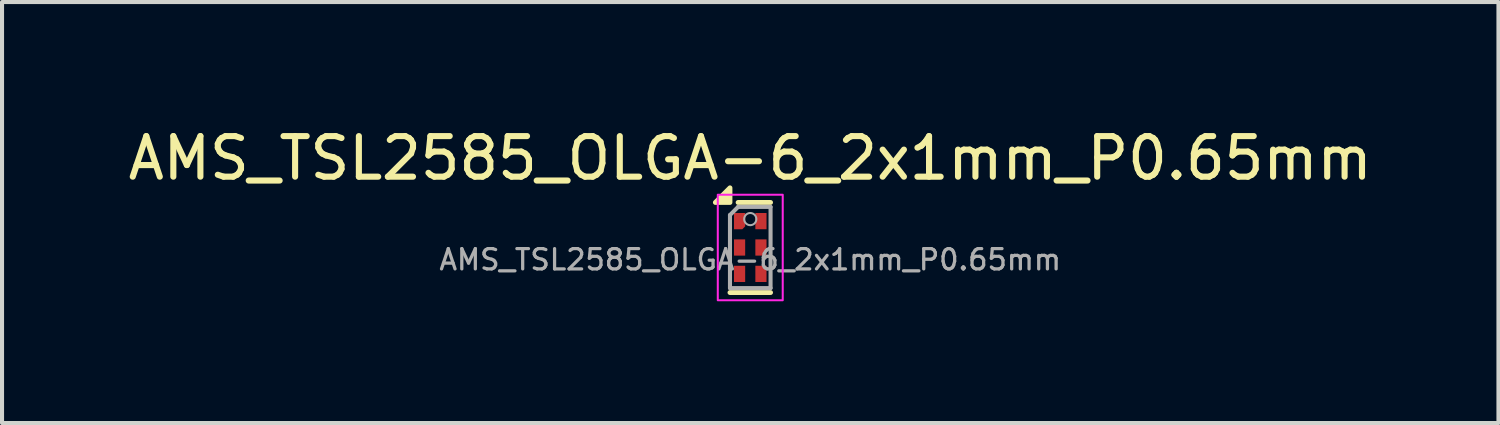
<source format=kicad_pcb>
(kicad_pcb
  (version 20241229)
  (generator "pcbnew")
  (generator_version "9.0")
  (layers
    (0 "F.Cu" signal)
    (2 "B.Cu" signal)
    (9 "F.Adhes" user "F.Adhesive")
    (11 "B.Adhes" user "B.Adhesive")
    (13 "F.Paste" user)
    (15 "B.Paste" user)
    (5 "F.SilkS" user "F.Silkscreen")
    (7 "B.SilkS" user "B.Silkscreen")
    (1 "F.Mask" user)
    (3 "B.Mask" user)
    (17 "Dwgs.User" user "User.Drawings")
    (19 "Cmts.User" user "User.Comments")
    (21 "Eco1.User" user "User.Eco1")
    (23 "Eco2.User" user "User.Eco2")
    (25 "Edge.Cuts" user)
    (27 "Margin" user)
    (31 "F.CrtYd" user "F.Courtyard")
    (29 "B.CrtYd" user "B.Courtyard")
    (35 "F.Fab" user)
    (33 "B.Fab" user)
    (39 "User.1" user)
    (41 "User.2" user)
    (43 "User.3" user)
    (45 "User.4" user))
  (footprint "AMS_TSL2585_OLGA-6_2x1mm_P0.65mm"
    (layer "F.Cu")
    (at 15.435 3.048)
    (property "Reference" "AMS_TSL2585_OLGA-6_2x1mm_P0.65mm" (at 0 -2.2 0) (layer "F.SilkS") (effects (font (size 1 1) (thickness 0.15))))
    (attr smd)
    (fp_line (start -0.5 1.11) (end 0.5 1.11) (stroke (width 0.12) (type solid)) (layer "F.SilkS"))
    (fp_line (start -0.3 -1.11) (end 0.5 -1.11) (stroke (width 0.12) (type solid)) (layer "F.SilkS"))
    (fp_poly (pts (xy -0.5 -1.11) (xy -0.86 -1.11) (xy -0.5 -1.47) (xy -0.5 -1.11)) (stroke (width 0.12) (type solid)) (fill yes) (layer "F.SilkS"))
    (fp_rect (start -0.8 -1.3) (end 0.8 1.3) (stroke (width 0.05) (type default)) (fill no) (layer "F.CrtYd"))
    (fp_line (start -0.5 -0.8) (end -0.3 -1) (stroke (width 0.1) (type solid)) (layer "F.Fab"))
    (fp_line (start -0.5 1) (end -0.5 -0.8) (stroke (width 0.1) (type solid)) (layer "F.Fab"))
    (fp_line (start -0.3 -1) (end 0.5 -1) (stroke (width 0.1) (type solid)) (layer "F.Fab"))
    (fp_line (start 0.5 -1) (end 0.5 1) (stroke (width 0.1) (type solid)) (layer "F.Fab"))
    (fp_line (start 0.5 1) (end -0.5 1) (stroke (width 0.1) (type solid)) (layer "F.Fab"))
    (fp_circle (center 0 -0.7) (end 0.15 -0.7) (stroke (width 0.05) (type solid)) (fill no) (layer "F.Fab"))
    (fp_text user "${REFERENCE}" (at 0 0.3 0) (layer "F.Fab") (effects (font (size 0.5 0.5) (thickness 0.08))))
    (pad "1" smd roundrect (at -0.263 -0.65) (size 0.275 0.4) (layers "F.Cu" "F.Mask" "F.Paste") (roundrect_rratio 0) (chamfer_ratio 0.255) (chamfer bottom_right))
    (pad "2" smd rect (at -0.263 0) (size 0.275 0.4) (layers "F.Cu" "F.Mask" "F.Paste"))
    (pad "3" smd rect (at -0.263 0.65) (size 0.275 0.4) (layers "F.Cu" "F.Mask" "F.Paste"))
    (pad "4" smd rect (at 0.263 0.65) (size 0.275 0.4) (layers "F.Cu" "F.Mask" "F.Paste"))
    (pad "5" smd rect (at 0.263 0) (size 0.275 0.4) (layers "F.Cu" "F.Mask" "F.Paste"))
    (pad "6" smd rect (at 0.263 -0.65) (size 0.275 0.4) (layers "F.Cu" "F.Mask" "F.Paste")))
  (gr_rect
    (start -3 -3)
    (end 33.869 7.373)
    (stroke (width 0.1) (type default))
    (fill no)
    (layer "Edge.Cuts")))
</source>
